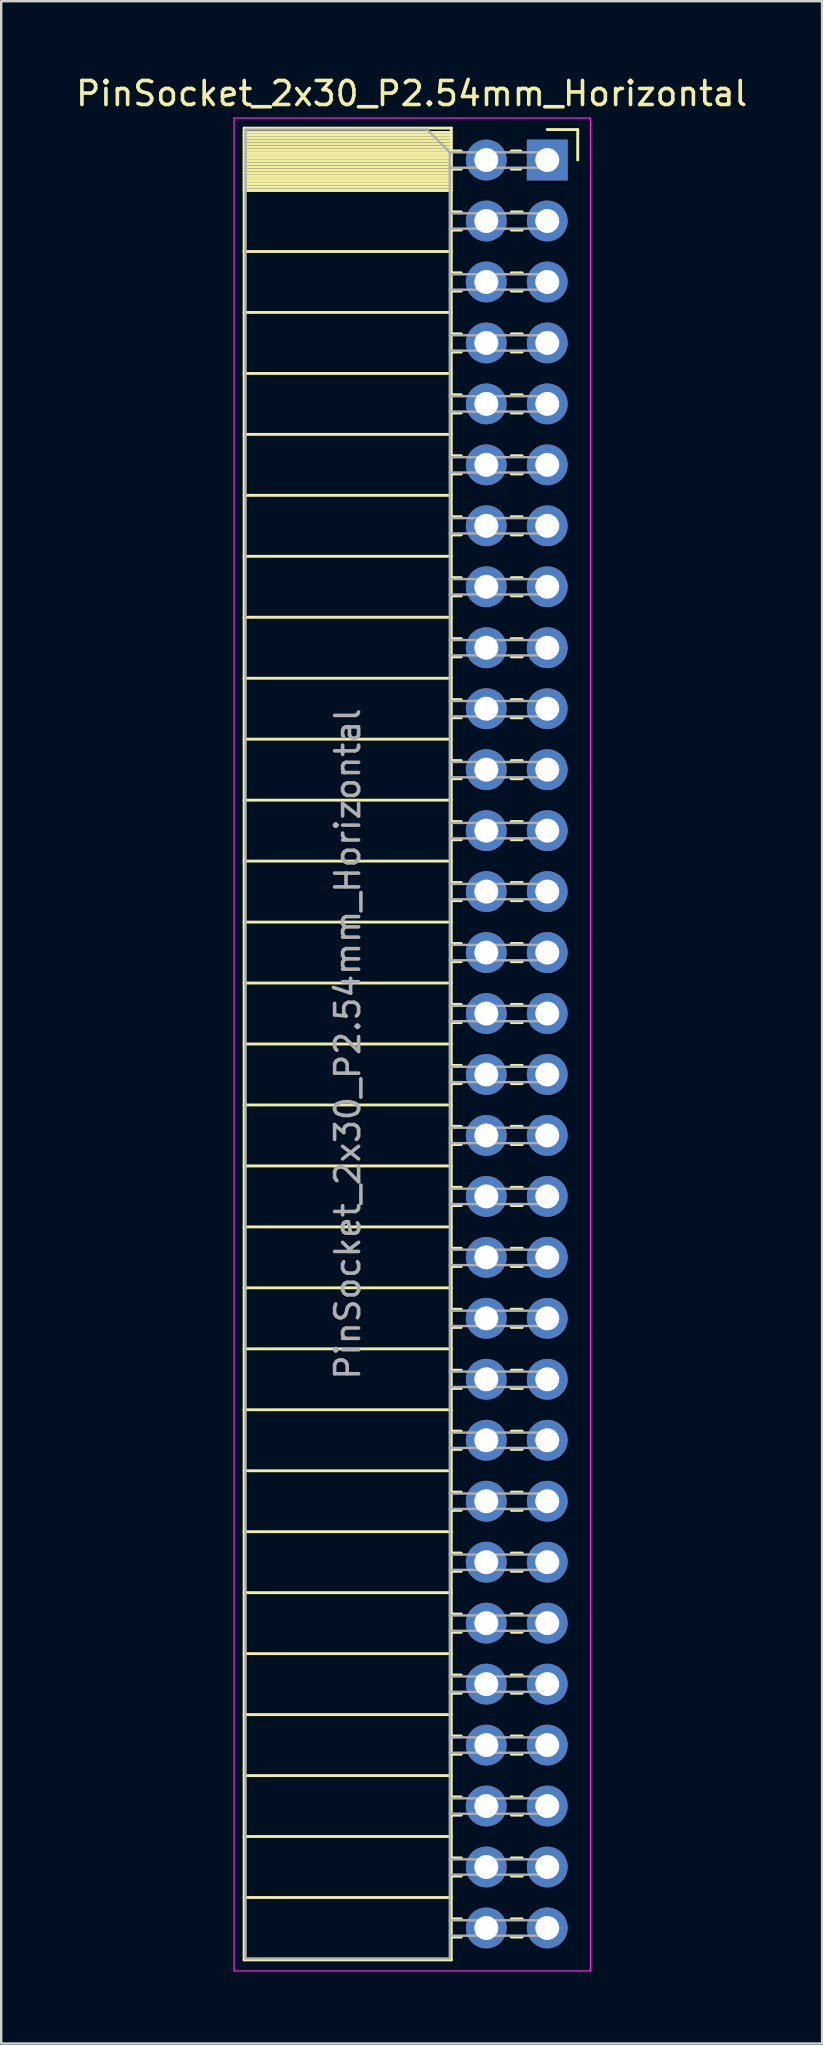
<source format=kicad_pcb>
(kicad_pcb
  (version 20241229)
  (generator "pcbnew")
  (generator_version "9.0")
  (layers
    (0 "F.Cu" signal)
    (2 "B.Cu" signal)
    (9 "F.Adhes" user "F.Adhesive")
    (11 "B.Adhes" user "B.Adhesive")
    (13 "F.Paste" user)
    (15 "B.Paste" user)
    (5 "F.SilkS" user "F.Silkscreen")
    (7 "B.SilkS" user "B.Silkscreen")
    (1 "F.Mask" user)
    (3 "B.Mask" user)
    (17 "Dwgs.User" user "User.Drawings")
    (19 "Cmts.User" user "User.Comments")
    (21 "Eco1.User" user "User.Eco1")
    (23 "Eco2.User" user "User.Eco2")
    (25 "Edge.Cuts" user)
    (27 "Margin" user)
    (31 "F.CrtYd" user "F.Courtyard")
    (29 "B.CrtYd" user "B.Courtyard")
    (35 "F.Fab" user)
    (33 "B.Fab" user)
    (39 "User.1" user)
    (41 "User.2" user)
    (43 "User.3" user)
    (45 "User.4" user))
  (footprint "PinSocket_2x30_P2.54mm_Horizontal"
    (layer "F.Cu")
    (at 19.751 3.618)
    (property "Reference" "PinSocket_2x30_P2.54mm_Horizontal" (at -5.65 -2.77 0) (layer "F.SilkS") (effects (font (size 1 1) (thickness 0.15))))
    (attr through_hole)
    (fp_line (start -12.63 -1.33) (end -12.63 74.99) (stroke (width 0.12) (type solid)) (layer "F.SilkS"))
    (fp_line (start -12.63 -1.33) (end -4 -1.33) (stroke (width 0.12) (type solid)) (layer "F.SilkS"))
    (fp_line (start -12.63 -1.15) (end -4 -1.15) (stroke (width 0.12) (type solid)) (layer "F.SilkS"))
    (fp_line (start -12.63 -1.03) (end -4 -1.03) (stroke (width 0.12) (type solid)) (layer "F.SilkS"))
    (fp_line (start -12.63 -0.91) (end -4 -0.91) (stroke (width 0.12) (type solid)) (layer "F.SilkS"))
    (fp_line (start -12.63 -0.79) (end -4 -0.79) (stroke (width 0.12) (type solid)) (layer "F.SilkS"))
    (fp_line (start -12.63 -0.67) (end -4 -0.67) (stroke (width 0.12) (type solid)) (layer "F.SilkS"))
    (fp_line (start -12.63 -0.55) (end -4 -0.55) (stroke (width 0.12) (type solid)) (layer "F.SilkS"))
    (fp_line (start -12.63 -0.43) (end -4 -0.43) (stroke (width 0.12) (type solid)) (layer "F.SilkS"))
    (fp_line (start -12.63 -0.31) (end -4 -0.31) (stroke (width 0.12) (type solid)) (layer "F.SilkS"))
    (fp_line (start -12.63 -0.19) (end -4 -0.19) (stroke (width 0.12) (type solid)) (layer "F.SilkS"))
    (fp_line (start -12.63 -0.07) (end -4 -0.07) (stroke (width 0.12) (type solid)) (layer "F.SilkS"))
    (fp_line (start -12.63 0.05) (end -4 0.05) (stroke (width 0.12) (type solid)) (layer "F.SilkS"))
    (fp_line (start -12.63 0.17) (end -4 0.17) (stroke (width 0.12) (type solid)) (layer "F.SilkS"))
    (fp_line (start -12.63 0.29) (end -4 0.29) (stroke (width 0.12) (type solid)) (layer "F.SilkS"))
    (fp_line (start -12.63 0.41) (end -4 0.41) (stroke (width 0.12) (type solid)) (layer "F.SilkS"))
    (fp_line (start -12.63 0.53) (end -4 0.53) (stroke (width 0.12) (type solid)) (layer "F.SilkS"))
    (fp_line (start -12.63 0.65) (end -4 0.65) (stroke (width 0.12) (type solid)) (layer "F.SilkS"))
    (fp_line (start -12.63 0.77) (end -4 0.77) (stroke (width 0.12) (type solid)) (layer "F.SilkS"))
    (fp_line (start -12.63 0.89) (end -4 0.89) (stroke (width 0.12) (type solid)) (layer "F.SilkS"))
    (fp_line (start -12.63 1.01) (end -4 1.01) (stroke (width 0.12) (type solid)) (layer "F.SilkS"))
    (fp_line (start -12.63 1.13) (end -4 1.13) (stroke (width 0.12) (type solid)) (layer "F.SilkS"))
    (fp_line (start -12.63 1.25) (end -4 1.25) (stroke (width 0.12) (type solid)) (layer "F.SilkS"))
    (fp_line (start -12.63 1.27) (end -4 1.27) (stroke (width 0.12) (type solid)) (layer "F.SilkS"))
    (fp_line (start -12.63 3.81) (end -4 3.81) (stroke (width 0.12) (type solid)) (layer "F.SilkS"))
    (fp_line (start -12.63 6.35) (end -4 6.35) (stroke (width 0.12) (type solid)) (layer "F.SilkS"))
    (fp_line (start -12.63 8.89) (end -4 8.89) (stroke (width 0.12) (type solid)) (layer "F.SilkS"))
    (fp_line (start -12.63 11.43) (end -4 11.43) (stroke (width 0.12) (type solid)) (layer "F.SilkS"))
    (fp_line (start -12.63 13.97) (end -4 13.97) (stroke (width 0.12) (type solid)) (layer "F.SilkS"))
    (fp_line (start -12.63 16.51) (end -4 16.51) (stroke (width 0.12) (type solid)) (layer "F.SilkS"))
    (fp_line (start -12.63 19.05) (end -4 19.05) (stroke (width 0.12) (type solid)) (layer "F.SilkS"))
    (fp_line (start -12.63 21.59) (end -4 21.59) (stroke (width 0.12) (type solid)) (layer "F.SilkS"))
    (fp_line (start -12.63 24.13) (end -4 24.13) (stroke (width 0.12) (type solid)) (layer "F.SilkS"))
    (fp_line (start -12.63 26.67) (end -4 26.67) (stroke (width 0.12) (type solid)) (layer "F.SilkS"))
    (fp_line (start -12.63 29.21) (end -4 29.21) (stroke (width 0.12) (type solid)) (layer "F.SilkS"))
    (fp_line (start -12.63 31.75) (end -4 31.75) (stroke (width 0.12) (type solid)) (layer "F.SilkS"))
    (fp_line (start -12.63 34.29) (end -4 34.29) (stroke (width 0.12) (type solid)) (layer "F.SilkS"))
    (fp_line (start -12.63 36.83) (end -4 36.83) (stroke (width 0.12) (type solid)) (layer "F.SilkS"))
    (fp_line (start -12.63 39.37) (end -4 39.37) (stroke (width 0.12) (type solid)) (layer "F.SilkS"))
    (fp_line (start -12.63 41.91) (end -4 41.91) (stroke (width 0.12) (type solid)) (layer "F.SilkS"))
    (fp_line (start -12.63 44.45) (end -4 44.45) (stroke (width 0.12) (type solid)) (layer "F.SilkS"))
    (fp_line (start -12.63 46.99) (end -4 46.99) (stroke (width 0.12) (type solid)) (layer "F.SilkS"))
    (fp_line (start -12.63 49.53) (end -4 49.53) (stroke (width 0.12) (type solid)) (layer "F.SilkS"))
    (fp_line (start -12.63 52.07) (end -4 52.07) (stroke (width 0.12) (type solid)) (layer "F.SilkS"))
    (fp_line (start -12.63 54.61) (end -4 54.61) (stroke (width 0.12) (type solid)) (layer "F.SilkS"))
    (fp_line (start -12.63 57.15) (end -4 57.15) (stroke (width 0.12) (type solid)) (layer "F.SilkS"))
    (fp_line (start -12.63 59.69) (end -4 59.69) (stroke (width 0.12) (type solid)) (layer "F.SilkS"))
    (fp_line (start -12.63 62.23) (end -4 62.23) (stroke (width 0.12) (type solid)) (layer "F.SilkS"))
    (fp_line (start -12.63 64.77) (end -4 64.77) (stroke (width 0.12) (type solid)) (layer "F.SilkS"))
    (fp_line (start -12.63 67.31) (end -4 67.31) (stroke (width 0.12) (type solid)) (layer "F.SilkS"))
    (fp_line (start -12.63 69.85) (end -4 69.85) (stroke (width 0.12) (type solid)) (layer "F.SilkS"))
    (fp_line (start -12.63 72.39) (end -4 72.39) (stroke (width 0.12) (type solid)) (layer "F.SilkS"))
    (fp_line (start -12.63 74.99) (end -4 74.99) (stroke (width 0.12) (type solid)) (layer "F.SilkS"))
    (fp_line (start -4 -1.33) (end -4 74.99) (stroke (width 0.12) (type solid)) (layer "F.SilkS"))
    (fp_line (start -4 -0.38) (end -3.583 -0.38) (stroke (width 0.12) (type solid)) (layer "F.SilkS"))
    (fp_line (start -4 0.38) (end -3.583 0.38) (stroke (width 0.12) (type solid)) (layer "F.SilkS"))
    (fp_line (start -4 2.16) (end -3.583 2.16) (stroke (width 0.12) (type solid)) (layer "F.SilkS"))
    (fp_line (start -4 2.92) (end -3.583 2.92) (stroke (width 0.12) (type solid)) (layer "F.SilkS"))
    (fp_line (start -4 4.7) (end -3.583 4.7) (stroke (width 0.12) (type solid)) (layer "F.SilkS"))
    (fp_line (start -4 5.46) (end -3.583 5.46) (stroke (width 0.12) (type solid)) (layer "F.SilkS"))
    (fp_line (start -4 7.24) (end -3.583 7.24) (stroke (width 0.12) (type solid)) (layer "F.SilkS"))
    (fp_line (start -4 8) (end -3.583 8) (stroke (width 0.12) (type solid)) (layer "F.SilkS"))
    (fp_line (start -4 9.78) (end -3.583 9.78) (stroke (width 0.12) (type solid)) (layer "F.SilkS"))
    (fp_line (start -4 10.54) (end -3.583 10.54) (stroke (width 0.12) (type solid)) (layer "F.SilkS"))
    (fp_line (start -4 12.32) (end -3.583 12.32) (stroke (width 0.12) (type solid)) (layer "F.SilkS"))
    (fp_line (start -4 13.08) (end -3.583 13.08) (stroke (width 0.12) (type solid)) (layer "F.SilkS"))
    (fp_line (start -4 14.86) (end -3.583 14.86) (stroke (width 0.12) (type solid)) (layer "F.SilkS"))
    (fp_line (start -4 15.62) (end -3.583 15.62) (stroke (width 0.12) (type solid)) (layer "F.SilkS"))
    (fp_line (start -4 17.4) (end -3.583 17.4) (stroke (width 0.12) (type solid)) (layer "F.SilkS"))
    (fp_line (start -4 18.16) (end -3.583 18.16) (stroke (width 0.12) (type solid)) (layer "F.SilkS"))
    (fp_line (start -4 19.94) (end -3.583 19.94) (stroke (width 0.12) (type solid)) (layer "F.SilkS"))
    (fp_line (start -4 20.7) (end -3.583 20.7) (stroke (width 0.12) (type solid)) (layer "F.SilkS"))
    (fp_line (start -4 22.48) (end -3.583 22.48) (stroke (width 0.12) (type solid)) (layer "F.SilkS"))
    (fp_line (start -4 23.24) (end -3.583 23.24) (stroke (width 0.12) (type solid)) (layer "F.SilkS"))
    (fp_line (start -4 25.02) (end -3.583 25.02) (stroke (width 0.12) (type solid)) (layer "F.SilkS"))
    (fp_line (start -4 25.78) (end -3.583 25.78) (stroke (width 0.12) (type solid)) (layer "F.SilkS"))
    (fp_line (start -4 27.56) (end -3.583 27.56) (stroke (width 0.12) (type solid)) (layer "F.SilkS"))
    (fp_line (start -4 28.32) (end -3.583 28.32) (stroke (width 0.12) (type solid)) (layer "F.SilkS"))
    (fp_line (start -4 30.1) (end -3.583 30.1) (stroke (width 0.12) (type solid)) (layer "F.SilkS"))
    (fp_line (start -4 30.86) (end -3.583 30.86) (stroke (width 0.12) (type solid)) (layer "F.SilkS"))
    (fp_line (start -4 32.64) (end -3.583 32.64) (stroke (width 0.12) (type solid)) (layer "F.SilkS"))
    (fp_line (start -4 33.4) (end -3.583 33.4) (stroke (width 0.12) (type solid)) (layer "F.SilkS"))
    (fp_line (start -4 35.18) (end -3.583 35.18) (stroke (width 0.12) (type solid)) (layer "F.SilkS"))
    (fp_line (start -4 35.94) (end -3.583 35.94) (stroke (width 0.12) (type solid)) (layer "F.SilkS"))
    (fp_line (start -4 37.72) (end -3.583 37.72) (stroke (width 0.12) (type solid)) (layer "F.SilkS"))
    (fp_line (start -4 38.48) (end -3.583 38.48) (stroke (width 0.12) (type solid)) (layer "F.SilkS"))
    (fp_line (start -4 40.26) (end -3.583 40.26) (stroke (width 0.12) (type solid)) (layer "F.SilkS"))
    (fp_line (start -4 41.02) (end -3.583 41.02) (stroke (width 0.12) (type solid)) (layer "F.SilkS"))
    (fp_line (start -4 42.8) (end -3.583 42.8) (stroke (width 0.12) (type solid)) (layer "F.SilkS"))
    (fp_line (start -4 43.56) (end -3.583 43.56) (stroke (width 0.12) (type solid)) (layer "F.SilkS"))
    (fp_line (start -4 45.34) (end -3.583 45.34) (stroke (width 0.12) (type solid)) (layer "F.SilkS"))
    (fp_line (start -4 46.1) (end -3.583 46.1) (stroke (width 0.12) (type solid)) (layer "F.SilkS"))
    (fp_line (start -4 47.88) (end -3.583 47.88) (stroke (width 0.12) (type solid)) (layer "F.SilkS"))
    (fp_line (start -4 48.64) (end -3.583 48.64) (stroke (width 0.12) (type solid)) (layer "F.SilkS"))
    (fp_line (start -4 50.42) (end -3.583 50.42) (stroke (width 0.12) (type solid)) (layer "F.SilkS"))
    (fp_line (start -4 51.18) (end -3.583 51.18) (stroke (width 0.12) (type solid)) (layer "F.SilkS"))
    (fp_line (start -4 52.96) (end -3.583 52.96) (stroke (width 0.12) (type solid)) (layer "F.SilkS"))
    (fp_line (start -4 53.72) (end -3.583 53.72) (stroke (width 0.12) (type solid)) (layer "F.SilkS"))
    (fp_line (start -4 55.5) (end -3.583 55.5) (stroke (width 0.12) (type solid)) (layer "F.SilkS"))
    (fp_line (start -4 56.26) (end -3.583 56.26) (stroke (width 0.12) (type solid)) (layer "F.SilkS"))
    (fp_line (start -4 58.04) (end -3.583 58.04) (stroke (width 0.12) (type solid)) (layer "F.SilkS"))
    (fp_line (start -4 58.8) (end -3.583 58.8) (stroke (width 0.12) (type solid)) (layer "F.SilkS"))
    (fp_line (start -4 60.58) (end -3.583 60.58) (stroke (width 0.12) (type solid)) (layer "F.SilkS"))
    (fp_line (start -4 61.34) (end -3.583 61.34) (stroke (width 0.12) (type solid)) (layer "F.SilkS"))
    (fp_line (start -4 63.12) (end -3.583 63.12) (stroke (width 0.12) (type solid)) (layer "F.SilkS"))
    (fp_line (start -4 63.88) (end -3.583 63.88) (stroke (width 0.12) (type solid)) (layer "F.SilkS"))
    (fp_line (start -4 65.66) (end -3.583 65.66) (stroke (width 0.12) (type solid)) (layer "F.SilkS"))
    (fp_line (start -4 66.42) (end -3.583 66.42) (stroke (width 0.12) (type solid)) (layer "F.SilkS"))
    (fp_line (start -4 68.2) (end -3.583 68.2) (stroke (width 0.12) (type solid)) (layer "F.SilkS"))
    (fp_line (start -4 68.96) (end -3.583 68.96) (stroke (width 0.12) (type solid)) (layer "F.SilkS"))
    (fp_line (start -4 70.74) (end -3.583 70.74) (stroke (width 0.12) (type solid)) (layer "F.SilkS"))
    (fp_line (start -4 71.5) (end -3.583 71.5) (stroke (width 0.12) (type solid)) (layer "F.SilkS"))
    (fp_line (start -4 73.28) (end -3.583 73.28) (stroke (width 0.12) (type solid)) (layer "F.SilkS"))
    (fp_line (start -4 74.04) (end -3.583 74.04) (stroke (width 0.12) (type solid)) (layer "F.SilkS"))
    (fp_line (start -1.497 -0.38) (end -1.11 -0.38) (stroke (width 0.12) (type solid)) (layer "F.SilkS"))
    (fp_line (start -1.497 0.38) (end -1.11 0.38) (stroke (width 0.12) (type solid)) (layer "F.SilkS"))
    (fp_line (start -1.497 2.16) (end -1.043 2.16) (stroke (width 0.12) (type solid)) (layer "F.SilkS"))
    (fp_line (start -1.497 2.92) (end -1.043 2.92) (stroke (width 0.12) (type solid)) (layer "F.SilkS"))
    (fp_line (start -1.497 4.7) (end -1.043 4.7) (stroke (width 0.12) (type solid)) (layer "F.SilkS"))
    (fp_line (start -1.497 5.46) (end -1.043 5.46) (stroke (width 0.12) (type solid)) (layer "F.SilkS"))
    (fp_line (start -1.497 7.24) (end -1.043 7.24) (stroke (width 0.12) (type solid)) (layer "F.SilkS"))
    (fp_line (start -1.497 8) (end -1.043 8) (stroke (width 0.12) (type solid)) (layer "F.SilkS"))
    (fp_line (start -1.497 9.78) (end -1.043 9.78) (stroke (width 0.12) (type solid)) (layer "F.SilkS"))
    (fp_line (start -1.497 10.54) (end -1.043 10.54) (stroke (width 0.12) (type solid)) (layer "F.SilkS"))
    (fp_line (start -1.497 12.32) (end -1.043 12.32) (stroke (width 0.12) (type solid)) (layer "F.SilkS"))
    (fp_line (start -1.497 13.08) (end -1.043 13.08) (stroke (width 0.12) (type solid)) (layer "F.SilkS"))
    (fp_line (start -1.497 14.86) (end -1.043 14.86) (stroke (width 0.12) (type solid)) (layer "F.SilkS"))
    (fp_line (start -1.497 15.62) (end -1.043 15.62) (stroke (width 0.12) (type solid)) (layer "F.SilkS"))
    (fp_line (start -1.497 17.4) (end -1.043 17.4) (stroke (width 0.12) (type solid)) (layer "F.SilkS"))
    (fp_line (start -1.497 18.16) (end -1.043 18.16) (stroke (width 0.12) (type solid)) (layer "F.SilkS"))
    (fp_line (start -1.497 19.94) (end -1.043 19.94) (stroke (width 0.12) (type solid)) (layer "F.SilkS"))
    (fp_line (start -1.497 20.7) (end -1.043 20.7) (stroke (width 0.12) (type solid)) (layer "F.SilkS"))
    (fp_line (start -1.497 22.48) (end -1.043 22.48) (stroke (width 0.12) (type solid)) (layer "F.SilkS"))
    (fp_line (start -1.497 23.24) (end -1.043 23.24) (stroke (width 0.12) (type solid)) (layer "F.SilkS"))
    (fp_line (start -1.497 25.02) (end -1.043 25.02) (stroke (width 0.12) (type solid)) (layer "F.SilkS"))
    (fp_line (start -1.497 25.78) (end -1.043 25.78) (stroke (width 0.12) (type solid)) (layer "F.SilkS"))
    (fp_line (start -1.497 27.56) (end -1.043 27.56) (stroke (width 0.12) (type solid)) (layer "F.SilkS"))
    (fp_line (start -1.497 28.32) (end -1.043 28.32) (stroke (width 0.12) (type solid)) (layer "F.SilkS"))
    (fp_line (start -1.497 30.1) (end -1.043 30.1) (stroke (width 0.12) (type solid)) (layer "F.SilkS"))
    (fp_line (start -1.497 30.86) (end -1.043 30.86) (stroke (width 0.12) (type solid)) (layer "F.SilkS"))
    (fp_line (start -1.497 32.64) (end -1.043 32.64) (stroke (width 0.12) (type solid)) (layer "F.SilkS"))
    (fp_line (start -1.497 33.4) (end -1.043 33.4) (stroke (width 0.12) (type solid)) (layer "F.SilkS"))
    (fp_line (start -1.497 35.18) (end -1.043 35.18) (stroke (width 0.12) (type solid)) (layer "F.SilkS"))
    (fp_line (start -1.497 35.94) (end -1.043 35.94) (stroke (width 0.12) (type solid)) (layer "F.SilkS"))
    (fp_line (start -1.497 37.72) (end -1.043 37.72) (stroke (width 0.12) (type solid)) (layer "F.SilkS"))
    (fp_line (start -1.497 38.48) (end -1.043 38.48) (stroke (width 0.12) (type solid)) (layer "F.SilkS"))
    (fp_line (start -1.497 40.26) (end -1.043 40.26) (stroke (width 0.12) (type solid)) (layer "F.SilkS"))
    (fp_line (start -1.497 41.02) (end -1.043 41.02) (stroke (width 0.12) (type solid)) (layer "F.SilkS"))
    (fp_line (start -1.497 42.8) (end -1.043 42.8) (stroke (width 0.12) (type solid)) (layer "F.SilkS"))
    (fp_line (start -1.497 43.56) (end -1.043 43.56) (stroke (width 0.12) (type solid)) (layer "F.SilkS"))
    (fp_line (start -1.497 45.34) (end -1.043 45.34) (stroke (width 0.12) (type solid)) (layer "F.SilkS"))
    (fp_line (start -1.497 46.1) (end -1.043 46.1) (stroke (width 0.12) (type solid)) (layer "F.SilkS"))
    (fp_line (start -1.497 47.88) (end -1.043 47.88) (stroke (width 0.12) (type solid)) (layer "F.SilkS"))
    (fp_line (start -1.497 48.64) (end -1.043 48.64) (stroke (width 0.12) (type solid)) (layer "F.SilkS"))
    (fp_line (start -1.497 50.42) (end -1.043 50.42) (stroke (width 0.12) (type solid)) (layer "F.SilkS"))
    (fp_line (start -1.497 51.18) (end -1.043 51.18) (stroke (width 0.12) (type solid)) (layer "F.SilkS"))
    (fp_line (start -1.497 52.96) (end -1.043 52.96) (stroke (width 0.12) (type solid)) (layer "F.SilkS"))
    (fp_line (start -1.497 53.72) (end -1.043 53.72) (stroke (width 0.12) (type solid)) (layer "F.SilkS"))
    (fp_line (start -1.497 55.5) (end -1.043 55.5) (stroke (width 0.12) (type solid)) (layer "F.SilkS"))
    (fp_line (start -1.497 56.26) (end -1.043 56.26) (stroke (width 0.12) (type solid)) (layer "F.SilkS"))
    (fp_line (start -1.497 58.04) (end -1.043 58.04) (stroke (width 0.12) (type solid)) (layer "F.SilkS"))
    (fp_line (start -1.497 58.8) (end -1.043 58.8) (stroke (width 0.12) (type solid)) (layer "F.SilkS"))
    (fp_line (start -1.497 60.58) (end -1.043 60.58) (stroke (width 0.12) (type solid)) (layer "F.SilkS"))
    (fp_line (start -1.497 61.34) (end -1.043 61.34) (stroke (width 0.12) (type solid)) (layer "F.SilkS"))
    (fp_line (start -1.497 63.12) (end -1.043 63.12) (stroke (width 0.12) (type solid)) (layer "F.SilkS"))
    (fp_line (start -1.497 63.88) (end -1.043 63.88) (stroke (width 0.12) (type solid)) (layer "F.SilkS"))
    (fp_line (start -1.497 65.66) (end -1.043 65.66) (stroke (width 0.12) (type solid)) (layer "F.SilkS"))
    (fp_line (start -1.497 66.42) (end -1.043 66.42) (stroke (width 0.12) (type solid)) (layer "F.SilkS"))
    (fp_line (start -1.497 68.2) (end -1.043 68.2) (stroke (width 0.12) (type solid)) (layer "F.SilkS"))
    (fp_line (start -1.497 68.96) (end -1.043 68.96) (stroke (width 0.12) (type solid)) (layer "F.SilkS"))
    (fp_line (start -1.497 70.74) (end -1.043 70.74) (stroke (width 0.12) (type solid)) (layer "F.SilkS"))
    (fp_line (start -1.497 71.5) (end -1.043 71.5) (stroke (width 0.12) (type solid)) (layer "F.SilkS"))
    (fp_line (start -1.497 73.28) (end -1.043 73.28) (stroke (width 0.12) (type solid)) (layer "F.SilkS"))
    (fp_line (start -1.497 74.04) (end -1.043 74.04) (stroke (width 0.12) (type solid)) (layer "F.SilkS"))
    (fp_line (start 0 -1.27) (end 1.27 -1.27) (stroke (width 0.12) (type solid)) (layer "F.SilkS"))
    (fp_line (start 1.27 -1.27) (end 1.27 0) (stroke (width 0.12) (type solid)) (layer "F.SilkS"))
    (fp_line (start -13.05 -1.75) (end -13.05 75.45) (stroke (width 0.05) (type solid)) (layer "F.CrtYd"))
    (fp_line (start -13.05 75.45) (end 1.8 75.45) (stroke (width 0.05) (type solid)) (layer "F.CrtYd"))
    (fp_line (start 1.8 -1.75) (end -13.05 -1.75) (stroke (width 0.05) (type solid)) (layer "F.CrtYd"))
    (fp_line (start 1.8 75.45) (end 1.8 -1.75) (stroke (width 0.05) (type solid)) (layer "F.CrtYd"))
    (fp_line (start -12.57 -1.27) (end -5.01 -1.27) (stroke (width 0.1) (type solid)) (layer "F.Fab"))
    (fp_line (start -12.57 74.93) (end -12.57 -1.27) (stroke (width 0.1) (type solid)) (layer "F.Fab"))
    (fp_line (start -5.01 -1.27) (end -4.06 -0.32) (stroke (width 0.1) (type solid)) (layer "F.Fab"))
    (fp_line (start -4.06 -0.32) (end -4.06 74.93) (stroke (width 0.1) (type solid)) (layer "F.Fab"))
    (fp_line (start -4.06 0.32) (end 0 0.32) (stroke (width 0.1) (type solid)) (layer "F.Fab"))
    (fp_line (start -4.06 2.86) (end 0 2.86) (stroke (width 0.1) (type solid)) (layer "F.Fab"))
    (fp_line (start -4.06 5.4) (end 0 5.4) (stroke (width 0.1) (type solid)) (layer "F.Fab"))
    (fp_line (start -4.06 7.94) (end 0 7.94) (stroke (width 0.1) (type solid)) (layer "F.Fab"))
    (fp_line (start -4.06 10.48) (end 0 10.48) (stroke (width 0.1) (type solid)) (layer "F.Fab"))
    (fp_line (start -4.06 13.02) (end 0 13.02) (stroke (width 0.1) (type solid)) (layer "F.Fab"))
    (fp_line (start -4.06 15.56) (end 0 15.56) (stroke (width 0.1) (type solid)) (layer "F.Fab"))
    (fp_line (start -4.06 18.1) (end 0 18.1) (stroke (width 0.1) (type solid)) (layer "F.Fab"))
    (fp_line (start -4.06 20.64) (end 0 20.64) (stroke (width 0.1) (type solid)) (layer "F.Fab"))
    (fp_line (start -4.06 23.18) (end 0 23.18) (stroke (width 0.1) (type solid)) (layer "F.Fab"))
    (fp_line (start -4.06 25.72) (end 0 25.72) (stroke (width 0.1) (type solid)) (layer "F.Fab"))
    (fp_line (start -4.06 28.26) (end 0 28.26) (stroke (width 0.1) (type solid)) (layer "F.Fab"))
    (fp_line (start -4.06 30.8) (end 0 30.8) (stroke (width 0.1) (type solid)) (layer "F.Fab"))
    (fp_line (start -4.06 33.34) (end 0 33.34) (stroke (width 0.1) (type solid)) (layer "F.Fab"))
    (fp_line (start -4.06 35.88) (end 0 35.88) (stroke (width 0.1) (type solid)) (layer "F.Fab"))
    (fp_line (start -4.06 38.42) (end 0 38.42) (stroke (width 0.1) (type solid)) (layer "F.Fab"))
    (fp_line (start -4.06 40.96) (end 0 40.96) (stroke (width 0.1) (type solid)) (layer "F.Fab"))
    (fp_line (start -4.06 43.5) (end 0 43.5) (stroke (width 0.1) (type solid)) (layer "F.Fab"))
    (fp_line (start -4.06 46.04) (end 0 46.04) (stroke (width 0.1) (type solid)) (layer "F.Fab"))
    (fp_line (start -4.06 48.58) (end 0 48.58) (stroke (width 0.1) (type solid)) (layer "F.Fab"))
    (fp_line (start -4.06 51.12) (end 0 51.12) (stroke (width 0.1) (type solid)) (layer "F.Fab"))
    (fp_line (start -4.06 53.66) (end 0 53.66) (stroke (width 0.1) (type solid)) (layer "F.Fab"))
    (fp_line (start -4.06 56.2) (end 0 56.2) (stroke (width 0.1) (type solid)) (layer "F.Fab"))
    (fp_line (start -4.06 58.74) (end 0 58.74) (stroke (width 0.1) (type solid)) (layer "F.Fab"))
    (fp_line (start -4.06 61.28) (end 0 61.28) (stroke (width 0.1) (type solid)) (layer "F.Fab"))
    (fp_line (start -4.06 63.82) (end 0 63.82) (stroke (width 0.1) (type solid)) (layer "F.Fab"))
    (fp_line (start -4.06 66.36) (end 0 66.36) (stroke (width 0.1) (type solid)) (layer "F.Fab"))
    (fp_line (start -4.06 68.9) (end 0 68.9) (stroke (width 0.1) (type solid)) (layer "F.Fab"))
    (fp_line (start -4.06 71.44) (end 0 71.44) (stroke (width 0.1) (type solid)) (layer "F.Fab"))
    (fp_line (start -4.06 73.98) (end 0 73.98) (stroke (width 0.1) (type solid)) (layer "F.Fab"))
    (fp_line (start -4.06 74.93) (end -12.57 74.93) (stroke (width 0.1) (type solid)) (layer "F.Fab"))
    (fp_line (start 0 -0.32) (end -4.06 -0.32) (stroke (width 0.1) (type solid)) (layer "F.Fab"))
    (fp_line (start 0 0.32) (end 0 -0.32) (stroke (width 0.1) (type solid)) (layer "F.Fab"))
    (fp_line (start 0 2.22) (end -4.06 2.22) (stroke (width 0.1) (type solid)) (layer "F.Fab"))
    (fp_line (start 0 2.86) (end 0 2.22) (stroke (width 0.1) (type solid)) (layer "F.Fab"))
    (fp_line (start 0 4.76) (end -4.06 4.76) (stroke (width 0.1) (type solid)) (layer "F.Fab"))
    (fp_line (start 0 5.4) (end 0 4.76) (stroke (width 0.1) (type solid)) (layer "F.Fab"))
    (fp_line (start 0 7.3) (end -4.06 7.3) (stroke (width 0.1) (type solid)) (layer "F.Fab"))
    (fp_line (start 0 7.94) (end 0 7.3) (stroke (width 0.1) (type solid)) (layer "F.Fab"))
    (fp_line (start 0 9.84) (end -4.06 9.84) (stroke (width 0.1) (type solid)) (layer "F.Fab"))
    (fp_line (start 0 10.48) (end 0 9.84) (stroke (width 0.1) (type solid)) (layer "F.Fab"))
    (fp_line (start 0 12.38) (end -4.06 12.38) (stroke (width 0.1) (type solid)) (layer "F.Fab"))
    (fp_line (start 0 13.02) (end 0 12.38) (stroke (width 0.1) (type solid)) (layer "F.Fab"))
    (fp_line (start 0 14.92) (end -4.06 14.92) (stroke (width 0.1) (type solid)) (layer "F.Fab"))
    (fp_line (start 0 15.56) (end 0 14.92) (stroke (width 0.1) (type solid)) (layer "F.Fab"))
    (fp_line (start 0 17.46) (end -4.06 17.46) (stroke (width 0.1) (type solid)) (layer "F.Fab"))
    (fp_line (start 0 18.1) (end 0 17.46) (stroke (width 0.1) (type solid)) (layer "F.Fab"))
    (fp_line (start 0 20) (end -4.06 20) (stroke (width 0.1) (type solid)) (layer "F.Fab"))
    (fp_line (start 0 20.64) (end 0 20) (stroke (width 0.1) (type solid)) (layer "F.Fab"))
    (fp_line (start 0 22.54) (end -4.06 22.54) (stroke (width 0.1) (type solid)) (layer "F.Fab"))
    (fp_line (start 0 23.18) (end 0 22.54) (stroke (width 0.1) (type solid)) (layer "F.Fab"))
    (fp_line (start 0 25.08) (end -4.06 25.08) (stroke (width 0.1) (type solid)) (layer "F.Fab"))
    (fp_line (start 0 25.72) (end 0 25.08) (stroke (width 0.1) (type solid)) (layer "F.Fab"))
    (fp_line (start 0 27.62) (end -4.06 27.62) (stroke (width 0.1) (type solid)) (layer "F.Fab"))
    (fp_line (start 0 28.26) (end 0 27.62) (stroke (width 0.1) (type solid)) (layer "F.Fab"))
    (fp_line (start 0 30.16) (end -4.06 30.16) (stroke (width 0.1) (type solid)) (layer "F.Fab"))
    (fp_line (start 0 30.8) (end 0 30.16) (stroke (width 0.1) (type solid)) (layer "F.Fab"))
    (fp_line (start 0 32.7) (end -4.06 32.7) (stroke (width 0.1) (type solid)) (layer "F.Fab"))
    (fp_line (start 0 33.34) (end 0 32.7) (stroke (width 0.1) (type solid)) (layer "F.Fab"))
    (fp_line (start 0 35.24) (end -4.06 35.24) (stroke (width 0.1) (type solid)) (layer "F.Fab"))
    (fp_line (start 0 35.88) (end 0 35.24) (stroke (width 0.1) (type solid)) (layer "F.Fab"))
    (fp_line (start 0 37.78) (end -4.06 37.78) (stroke (width 0.1) (type solid)) (layer "F.Fab"))
    (fp_line (start 0 38.42) (end 0 37.78) (stroke (width 0.1) (type solid)) (layer "F.Fab"))
    (fp_line (start 0 40.32) (end -4.06 40.32) (stroke (width 0.1) (type solid)) (layer "F.Fab"))
    (fp_line (start 0 40.96) (end 0 40.32) (stroke (width 0.1) (type solid)) (layer "F.Fab"))
    (fp_line (start 0 42.86) (end -4.06 42.86) (stroke (width 0.1) (type solid)) (layer "F.Fab"))
    (fp_line (start 0 43.5) (end 0 42.86) (stroke (width 0.1) (type solid)) (layer "F.Fab"))
    (fp_line (start 0 45.4) (end -4.06 45.4) (stroke (width 0.1) (type solid)) (layer "F.Fab"))
    (fp_line (start 0 46.04) (end 0 45.4) (stroke (width 0.1) (type solid)) (layer "F.Fab"))
    (fp_line (start 0 47.94) (end -4.06 47.94) (stroke (width 0.1) (type solid)) (layer "F.Fab"))
    (fp_line (start 0 48.58) (end 0 47.94) (stroke (width 0.1) (type solid)) (layer "F.Fab"))
    (fp_line (start 0 50.48) (end -4.06 50.48) (stroke (width 0.1) (type solid)) (layer "F.Fab"))
    (fp_line (start 0 51.12) (end 0 50.48) (stroke (width 0.1) (type solid)) (layer "F.Fab"))
    (fp_line (start 0 53.02) (end -4.06 53.02) (stroke (width 0.1) (type solid)) (layer "F.Fab"))
    (fp_line (start 0 53.66) (end 0 53.02) (stroke (width 0.1) (type solid)) (layer "F.Fab"))
    (fp_line (start 0 55.56) (end -4.06 55.56) (stroke (width 0.1) (type solid)) (layer "F.Fab"))
    (fp_line (start 0 56.2) (end 0 55.56) (stroke (width 0.1) (type solid)) (layer "F.Fab"))
    (fp_line (start 0 58.1) (end -4.06 58.1) (stroke (width 0.1) (type solid)) (layer "F.Fab"))
    (fp_line (start 0 58.74) (end 0 58.1) (stroke (width 0.1) (type solid)) (layer "F.Fab"))
    (fp_line (start 0 60.64) (end -4.06 60.64) (stroke (width 0.1) (type solid)) (layer "F.Fab"))
    (fp_line (start 0 61.28) (end 0 60.64) (stroke (width 0.1) (type solid)) (layer "F.Fab"))
    (fp_line (start 0 63.18) (end -4.06 63.18) (stroke (width 0.1) (type solid)) (layer "F.Fab"))
    (fp_line (start 0 63.82) (end 0 63.18) (stroke (width 0.1) (type solid)) (layer "F.Fab"))
    (fp_line (start 0 65.72) (end -4.06 65.72) (stroke (width 0.1) (type solid)) (layer "F.Fab"))
    (fp_line (start 0 66.36) (end 0 65.72) (stroke (width 0.1) (type solid)) (layer "F.Fab"))
    (fp_line (start 0 68.26) (end -4.06 68.26) (stroke (width 0.1) (type solid)) (layer "F.Fab"))
    (fp_line (start 0 68.9) (end 0 68.26) (stroke (width 0.1) (type solid)) (layer "F.Fab"))
    (fp_line (start 0 70.8) (end -4.06 70.8) (stroke (width 0.1) (type solid)) (layer "F.Fab"))
    (fp_line (start 0 71.44) (end 0 70.8) (stroke (width 0.1) (type solid)) (layer "F.Fab"))
    (fp_line (start 0 73.34) (end -4.06 73.34) (stroke (width 0.1) (type solid)) (layer "F.Fab"))
    (fp_line (start 0 73.98) (end 0 73.34) (stroke (width 0.1) (type solid)) (layer "F.Fab"))
    (fp_text user "${REFERENCE}" (at -8.315 36.83 90) (layer "F.Fab") (effects (font (size 1 1) (thickness 0.15))))
    (pad "1" thru_hole rect (at 0 0) (size 1.7 1.7) (drill 1) (layers "*.Cu" "*.Mask"))
    (pad "2" thru_hole oval (at -2.54 0) (size 1.7 1.7) (drill 1) (layers "*.Cu" "*.Mask"))
    (pad "3" thru_hole oval (at 0 2.54) (size 1.7 1.7) (drill 1) (layers "*.Cu" "*.Mask"))
    (pad "4" thru_hole oval (at -2.54 2.54) (size 1.7 1.7) (drill 1) (layers "*.Cu" "*.Mask"))
    (pad "5" thru_hole oval (at 0 5.08) (size 1.7 1.7) (drill 1) (layers "*.Cu" "*.Mask"))
    (pad "6" thru_hole oval (at -2.54 5.08) (size 1.7 1.7) (drill 1) (layers "*.Cu" "*.Mask"))
    (pad "7" thru_hole oval (at 0 7.62) (size 1.7 1.7) (drill 1) (layers "*.Cu" "*.Mask"))
    (pad "8" thru_hole oval (at -2.54 7.62) (size 1.7 1.7) (drill 1) (layers "*.Cu" "*.Mask"))
    (pad "9" thru_hole oval (at 0 10.16) (size 1.7 1.7) (drill 1) (layers "*.Cu" "*.Mask"))
    (pad "10" thru_hole oval (at -2.54 10.16) (size 1.7 1.7) (drill 1) (layers "*.Cu" "*.Mask"))
    (pad "11" thru_hole oval (at 0 12.7) (size 1.7 1.7) (drill 1) (layers "*.Cu" "*.Mask"))
    (pad "12" thru_hole oval (at -2.54 12.7) (size 1.7 1.7) (drill 1) (layers "*.Cu" "*.Mask"))
    (pad "13" thru_hole oval (at 0 15.24) (size 1.7 1.7) (drill 1) (layers "*.Cu" "*.Mask"))
    (pad "14" thru_hole oval (at -2.54 15.24) (size 1.7 1.7) (drill 1) (layers "*.Cu" "*.Mask"))
    (pad "15" thru_hole oval (at 0 17.78) (size 1.7 1.7) (drill 1) (layers "*.Cu" "*.Mask"))
    (pad "16" thru_hole oval (at -2.54 17.78) (size 1.7 1.7) (drill 1) (layers "*.Cu" "*.Mask"))
    (pad "17" thru_hole oval (at 0 20.32) (size 1.7 1.7) (drill 1) (layers "*.Cu" "*.Mask"))
    (pad "18" thru_hole oval (at -2.54 20.32) (size 1.7 1.7) (drill 1) (layers "*.Cu" "*.Mask"))
    (pad "19" thru_hole oval (at 0 22.86) (size 1.7 1.7) (drill 1) (layers "*.Cu" "*.Mask"))
    (pad "20" thru_hole oval (at -2.54 22.86) (size 1.7 1.7) (drill 1) (layers "*.Cu" "*.Mask"))
    (pad "21" thru_hole oval (at 0 25.4) (size 1.7 1.7) (drill 1) (layers "*.Cu" "*.Mask"))
    (pad "22" thru_hole oval (at -2.54 25.4) (size 1.7 1.7) (drill 1) (layers "*.Cu" "*.Mask"))
    (pad "23" thru_hole oval (at 0 27.94) (size 1.7 1.7) (drill 1) (layers "*.Cu" "*.Mask"))
    (pad "24" thru_hole oval (at -2.54 27.94) (size 1.7 1.7) (drill 1) (layers "*.Cu" "*.Mask"))
    (pad "25" thru_hole oval (at 0 30.48) (size 1.7 1.7) (drill 1) (layers "*.Cu" "*.Mask"))
    (pad "26" thru_hole oval (at -2.54 30.48) (size 1.7 1.7) (drill 1) (layers "*.Cu" "*.Mask"))
    (pad "27" thru_hole oval (at 0 33.02) (size 1.7 1.7) (drill 1) (layers "*.Cu" "*.Mask"))
    (pad "28" thru_hole oval (at -2.54 33.02) (size 1.7 1.7) (drill 1) (layers "*.Cu" "*.Mask"))
    (pad "29" thru_hole oval (at 0 35.56) (size 1.7 1.7) (drill 1) (layers "*.Cu" "*.Mask"))
    (pad "30" thru_hole oval (at -2.54 35.56) (size 1.7 1.7) (drill 1) (layers "*.Cu" "*.Mask"))
    (pad "31" thru_hole oval (at 0 38.1) (size 1.7 1.7) (drill 1) (layers "*.Cu" "*.Mask"))
    (pad "32" thru_hole oval (at -2.54 38.1) (size 1.7 1.7) (drill 1) (layers "*.Cu" "*.Mask"))
    (pad "33" thru_hole oval (at 0 40.64) (size 1.7 1.7) (drill 1) (layers "*.Cu" "*.Mask"))
    (pad "34" thru_hole oval (at -2.54 40.64) (size 1.7 1.7) (drill 1) (layers "*.Cu" "*.Mask"))
    (pad "35" thru_hole oval (at 0 43.18) (size 1.7 1.7) (drill 1) (layers "*.Cu" "*.Mask"))
    (pad "36" thru_hole oval (at -2.54 43.18) (size 1.7 1.7) (drill 1) (layers "*.Cu" "*.Mask"))
    (pad "37" thru_hole oval (at 0 45.72) (size 1.7 1.7) (drill 1) (layers "*.Cu" "*.Mask"))
    (pad "38" thru_hole oval (at -2.54 45.72) (size 1.7 1.7) (drill 1) (layers "*.Cu" "*.Mask"))
    (pad "39" thru_hole oval (at 0 48.26) (size 1.7 1.7) (drill 1) (layers "*.Cu" "*.Mask"))
    (pad "40" thru_hole oval (at -2.54 48.26) (size 1.7 1.7) (drill 1) (layers "*.Cu" "*.Mask"))
    (pad "41" thru_hole oval (at 0 50.8) (size 1.7 1.7) (drill 1) (layers "*.Cu" "*.Mask"))
    (pad "42" thru_hole oval (at -2.54 50.8) (size 1.7 1.7) (drill 1) (layers "*.Cu" "*.Mask"))
    (pad "43" thru_hole oval (at 0 53.34) (size 1.7 1.7) (drill 1) (layers "*.Cu" "*.Mask"))
    (pad "44" thru_hole oval (at -2.54 53.34) (size 1.7 1.7) (drill 1) (layers "*.Cu" "*.Mask"))
    (pad "45" thru_hole oval (at 0 55.88) (size 1.7 1.7) (drill 1) (layers "*.Cu" "*.Mask"))
    (pad "46" thru_hole oval (at -2.54 55.88) (size 1.7 1.7) (drill 1) (layers "*.Cu" "*.Mask"))
    (pad "47" thru_hole oval (at 0 58.42) (size 1.7 1.7) (drill 1) (layers "*.Cu" "*.Mask"))
    (pad "48" thru_hole oval (at -2.54 58.42) (size 1.7 1.7) (drill 1) (layers "*.Cu" "*.Mask"))
    (pad "49" thru_hole oval (at 0 60.96) (size 1.7 1.7) (drill 1) (layers "*.Cu" "*.Mask"))
    (pad "50" thru_hole oval (at -2.54 60.96) (size 1.7 1.7) (drill 1) (layers "*.Cu" "*.Mask"))
    (pad "51" thru_hole oval (at 0 63.5) (size 1.7 1.7) (drill 1) (layers "*.Cu" "*.Mask"))
    (pad "52" thru_hole oval (at -2.54 63.5) (size 1.7 1.7) (drill 1) (layers "*.Cu" "*.Mask"))
    (pad "53" thru_hole oval (at 0 66.04) (size 1.7 1.7) (drill 1) (layers "*.Cu" "*.Mask"))
    (pad "54" thru_hole oval (at -2.54 66.04) (size 1.7 1.7) (drill 1) (layers "*.Cu" "*.Mask"))
    (pad "55" thru_hole oval (at 0 68.58) (size 1.7 1.7) (drill 1) (layers "*.Cu" "*.Mask"))
    (pad "56" thru_hole oval (at -2.54 68.58) (size 1.7 1.7) (drill 1) (layers "*.Cu" "*.Mask"))
    (pad "57" thru_hole oval (at 0 71.12) (size 1.7 1.7) (drill 1) (layers "*.Cu" "*.Mask"))
    (pad "58" thru_hole oval (at -2.54 71.12) (size 1.7 1.7) (drill 1) (layers "*.Cu" "*.Mask"))
    (pad "59" thru_hole oval (at 0 73.66) (size 1.7 1.7) (drill 1) (layers "*.Cu" "*.Mask"))
    (pad "60" thru_hole oval (at -2.54 73.66) (size 1.7 1.7) (drill 1) (layers "*.Cu" "*.Mask")))
  (gr_rect
    (start -3 -3)
    (end 31.202 82.093)
    (stroke (width 0.1) (type default))
    (fill no)
    (layer "Edge.Cuts")))
</source>
